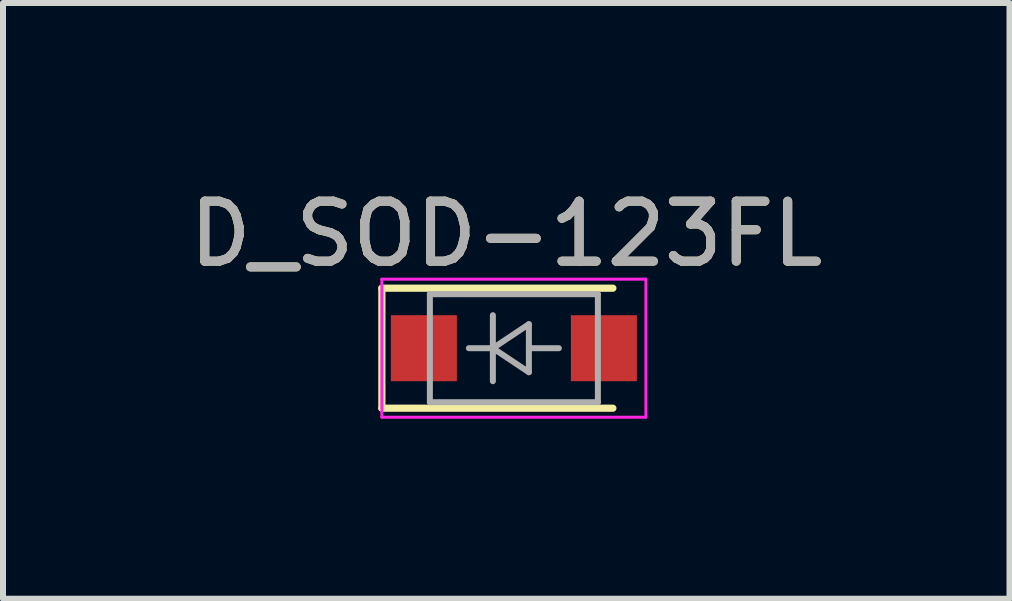
<source format=kicad_pcb>
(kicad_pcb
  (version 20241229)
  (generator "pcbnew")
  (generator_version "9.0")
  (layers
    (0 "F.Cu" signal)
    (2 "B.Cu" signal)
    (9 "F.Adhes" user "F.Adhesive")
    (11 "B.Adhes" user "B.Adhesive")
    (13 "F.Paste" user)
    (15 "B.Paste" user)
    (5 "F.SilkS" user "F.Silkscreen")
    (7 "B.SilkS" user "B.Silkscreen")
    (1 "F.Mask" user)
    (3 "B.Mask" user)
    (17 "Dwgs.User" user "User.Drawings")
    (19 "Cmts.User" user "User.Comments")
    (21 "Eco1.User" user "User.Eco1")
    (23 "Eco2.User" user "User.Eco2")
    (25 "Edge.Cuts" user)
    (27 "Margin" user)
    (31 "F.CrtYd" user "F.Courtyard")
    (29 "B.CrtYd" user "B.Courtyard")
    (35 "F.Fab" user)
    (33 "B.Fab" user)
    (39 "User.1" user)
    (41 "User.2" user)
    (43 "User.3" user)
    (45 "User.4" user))
  (footprint "D_SOD-123FL"
    (layer "F.Cu")
    (at 5.514 2.753)
    (property "Reference" "D_SOD-123FL" (at -0.127 -1.905 0) (layer "F.SilkS") (effects (font (size 1 1) (thickness 0.15))))
    (attr smd)
    (fp_line (start -2.2 -1) (end -2.2 1) (stroke (width 0.12) (type solid)) (layer "F.SilkS"))
    (fp_line (start -2.2 -1) (end 1.65 -1) (stroke (width 0.12) (type solid)) (layer "F.SilkS"))
    (fp_line (start -2.2 1) (end 1.65 1) (stroke (width 0.12) (type solid)) (layer "F.SilkS"))
    (fp_line (start -2.2 -1.15) (end -2.2 1.15) (stroke (width 0.05) (type solid)) (layer "F.CrtYd"))
    (fp_line (start -2.2 -1.15) (end 2.2 -1.15) (stroke (width 0.05) (type solid)) (layer "F.CrtYd"))
    (fp_line (start 2.2 -1.15) (end 2.2 1.15) (stroke (width 0.05) (type solid)) (layer "F.CrtYd"))
    (fp_line (start 2.2 1.15) (end -2.2 1.15) (stroke (width 0.05) (type solid)) (layer "F.CrtYd"))
    (fp_line (start -1.4 -0.9) (end 1.4 -0.9) (stroke (width 0.1) (type solid)) (layer "F.Fab"))
    (fp_line (start -1.4 0.9) (end -1.4 -0.9) (stroke (width 0.1) (type solid)) (layer "F.Fab"))
    (fp_line (start -0.75 0) (end -0.35 0) (stroke (width 0.1) (type solid)) (layer "F.Fab"))
    (fp_line (start -0.35 0) (end -0.35 -0.55) (stroke (width 0.1) (type solid)) (layer "F.Fab"))
    (fp_line (start -0.35 0) (end -0.35 0.55) (stroke (width 0.1) (type solid)) (layer "F.Fab"))
    (fp_line (start -0.35 0) (end 0.25 -0.4) (stroke (width 0.1) (type solid)) (layer "F.Fab"))
    (fp_line (start 0.25 -0.4) (end 0.25 0.4) (stroke (width 0.1) (type solid)) (layer "F.Fab"))
    (fp_line (start 0.25 0) (end 0.75 0) (stroke (width 0.1) (type solid)) (layer "F.Fab"))
    (fp_line (start 0.25 0.4) (end -0.35 0) (stroke (width 0.1) (type solid)) (layer "F.Fab"))
    (fp_line (start 1.4 -0.9) (end 1.4 0.9) (stroke (width 0.1) (type solid)) (layer "F.Fab"))
    (fp_line (start 1.4 0.9) (end -1.4 0.9) (stroke (width 0.1) (type solid)) (layer "F.Fab"))
    (fp_text user "${REFERENCE}" (at -0.127 -1.905 0) (layer "F.Fab") (effects (font (size 1 1) (thickness 0.15))))
    (pad "1" smd rect (at -1.5 0) (size 1.1 1.1) (layers "F.Cu" "F.Mask" "F.Paste"))
    (pad "2" smd rect (at 1.5 0) (size 1.1 1.1) (layers "F.Cu" "F.Mask" "F.Paste")))
  (gr_rect
    (start -3 -3)
    (end 13.774 6.928)
    (stroke (width 0.1) (type default))
    (fill no)
    (layer "Edge.Cuts")))
</source>
